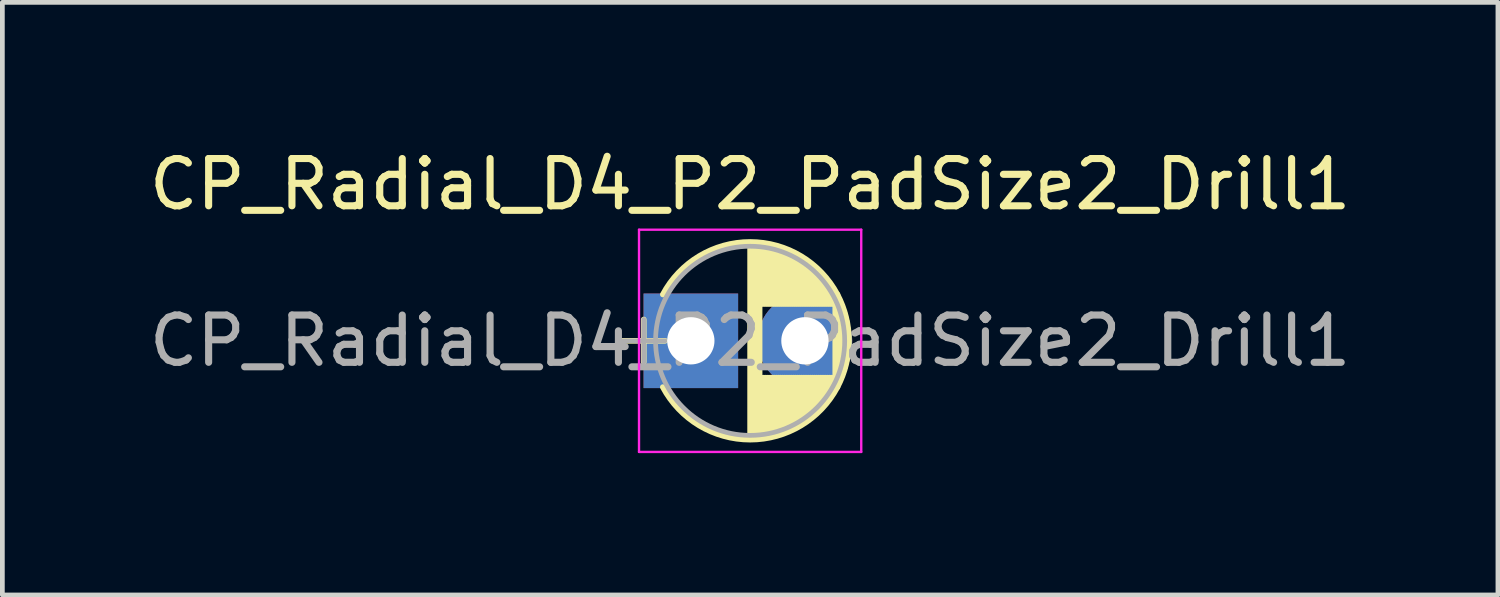
<source format=kicad_pcb>
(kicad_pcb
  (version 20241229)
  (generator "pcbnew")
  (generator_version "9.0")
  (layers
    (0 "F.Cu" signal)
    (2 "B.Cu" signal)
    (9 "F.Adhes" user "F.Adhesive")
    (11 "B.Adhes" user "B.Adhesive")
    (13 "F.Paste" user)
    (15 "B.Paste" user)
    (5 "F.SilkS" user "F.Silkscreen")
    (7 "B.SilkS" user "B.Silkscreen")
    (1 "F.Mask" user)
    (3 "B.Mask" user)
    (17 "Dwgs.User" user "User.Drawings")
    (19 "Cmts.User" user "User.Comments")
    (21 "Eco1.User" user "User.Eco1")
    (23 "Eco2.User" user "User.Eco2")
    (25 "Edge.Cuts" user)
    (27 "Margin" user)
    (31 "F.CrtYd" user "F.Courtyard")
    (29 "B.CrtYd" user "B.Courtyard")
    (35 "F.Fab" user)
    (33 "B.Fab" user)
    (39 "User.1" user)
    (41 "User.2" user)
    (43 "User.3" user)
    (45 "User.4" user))
  (footprint "CP_Radial_D4_P2_PadSize2_Drill1"
    (layer "F.Cu")
    (at 11.815 4.158)
    (property "Reference" "CP_Radial_D4_P2_PadSize2_Drill1" (at 1 -3.31 0) (layer "F.SilkS") (effects (font (size 1 1) (thickness 0.15))))
    (attr through_hole)
    (fp_line (start -1.7 0) (end -0.8 0) (stroke (width 0.12) (type solid)) (layer "F.SilkS"))
    (fp_line (start -1.25 -0.45) (end -1.25 0.45) (stroke (width 0.12) (type solid)) (layer "F.SilkS"))
    (fp_line (start 1 -2.05) (end 1 2.05) (stroke (width 0.12) (type solid)) (layer "F.SilkS"))
    (fp_line (start 1.04 -2.05) (end 1.04 2.05) (stroke (width 0.12) (type solid)) (layer "F.SilkS"))
    (fp_line (start 1.08 -2.049) (end 1.08 2.049) (stroke (width 0.12) (type solid)) (layer "F.SilkS"))
    (fp_line (start 1.12 -2.047) (end 1.12 2.047) (stroke (width 0.12) (type solid)) (layer "F.SilkS"))
    (fp_line (start 1.16 -2.044) (end 1.16 2.044) (stroke (width 0.12) (type solid)) (layer "F.SilkS"))
    (fp_line (start 1.2 -2.041) (end 1.2 2.041) (stroke (width 0.12) (type solid)) (layer "F.SilkS"))
    (fp_line (start 1.24 -2.037) (end 1.24 -0.78) (stroke (width 0.12) (type solid)) (layer "F.SilkS"))
    (fp_line (start 1.24 0.78) (end 1.24 2.037) (stroke (width 0.12) (type solid)) (layer "F.SilkS"))
    (fp_line (start 1.28 -2.032) (end 1.28 -0.78) (stroke (width 0.12) (type solid)) (layer "F.SilkS"))
    (fp_line (start 1.28 0.78) (end 1.28 2.032) (stroke (width 0.12) (type solid)) (layer "F.SilkS"))
    (fp_line (start 1.32 -2.026) (end 1.32 -0.78) (stroke (width 0.12) (type solid)) (layer "F.SilkS"))
    (fp_line (start 1.32 0.78) (end 1.32 2.026) (stroke (width 0.12) (type solid)) (layer "F.SilkS"))
    (fp_line (start 1.36 -2.019) (end 1.36 -0.78) (stroke (width 0.12) (type solid)) (layer "F.SilkS"))
    (fp_line (start 1.36 0.78) (end 1.36 2.019) (stroke (width 0.12) (type solid)) (layer "F.SilkS"))
    (fp_line (start 1.4 -2.012) (end 1.4 -0.78) (stroke (width 0.12) (type solid)) (layer "F.SilkS"))
    (fp_line (start 1.4 0.78) (end 1.4 2.012) (stroke (width 0.12) (type solid)) (layer "F.SilkS"))
    (fp_line (start 1.44 -2.004) (end 1.44 -0.78) (stroke (width 0.12) (type solid)) (layer "F.SilkS"))
    (fp_line (start 1.44 0.78) (end 1.44 2.004) (stroke (width 0.12) (type solid)) (layer "F.SilkS"))
    (fp_line (start 1.48 -1.995) (end 1.48 -0.78) (stroke (width 0.12) (type solid)) (layer "F.SilkS"))
    (fp_line (start 1.48 0.78) (end 1.48 1.995) (stroke (width 0.12) (type solid)) (layer "F.SilkS"))
    (fp_line (start 1.52 -1.985) (end 1.52 -0.78) (stroke (width 0.12) (type solid)) (layer "F.SilkS"))
    (fp_line (start 1.52 0.78) (end 1.52 1.985) (stroke (width 0.12) (type solid)) (layer "F.SilkS"))
    (fp_line (start 1.56 -1.974) (end 1.56 -0.78) (stroke (width 0.12) (type solid)) (layer "F.SilkS"))
    (fp_line (start 1.56 0.78) (end 1.56 1.974) (stroke (width 0.12) (type solid)) (layer "F.SilkS"))
    (fp_line (start 1.6 -1.963) (end 1.6 -0.78) (stroke (width 0.12) (type solid)) (layer "F.SilkS"))
    (fp_line (start 1.6 0.78) (end 1.6 1.963) (stroke (width 0.12) (type solid)) (layer "F.SilkS"))
    (fp_line (start 1.64 -1.95) (end 1.64 -0.78) (stroke (width 0.12) (type solid)) (layer "F.SilkS"))
    (fp_line (start 1.64 0.78) (end 1.64 1.95) (stroke (width 0.12) (type solid)) (layer "F.SilkS"))
    (fp_line (start 1.68 -1.937) (end 1.68 -0.78) (stroke (width 0.12) (type solid)) (layer "F.SilkS"))
    (fp_line (start 1.68 0.78) (end 1.68 1.937) (stroke (width 0.12) (type solid)) (layer "F.SilkS"))
    (fp_line (start 1.721 -1.923) (end 1.721 -0.78) (stroke (width 0.12) (type solid)) (layer "F.SilkS"))
    (fp_line (start 1.721 0.78) (end 1.721 1.923) (stroke (width 0.12) (type solid)) (layer "F.SilkS"))
    (fp_line (start 1.761 -1.907) (end 1.761 -0.78) (stroke (width 0.12) (type solid)) (layer "F.SilkS"))
    (fp_line (start 1.761 0.78) (end 1.761 1.907) (stroke (width 0.12) (type solid)) (layer "F.SilkS"))
    (fp_line (start 1.801 -1.891) (end 1.801 -0.78) (stroke (width 0.12) (type solid)) (layer "F.SilkS"))
    (fp_line (start 1.801 0.78) (end 1.801 1.891) (stroke (width 0.12) (type solid)) (layer "F.SilkS"))
    (fp_line (start 1.841 -1.874) (end 1.841 -0.78) (stroke (width 0.12) (type solid)) (layer "F.SilkS"))
    (fp_line (start 1.841 0.78) (end 1.841 1.874) (stroke (width 0.12) (type solid)) (layer "F.SilkS"))
    (fp_line (start 1.881 -1.856) (end 1.881 -0.78) (stroke (width 0.12) (type solid)) (layer "F.SilkS"))
    (fp_line (start 1.881 0.78) (end 1.881 1.856) (stroke (width 0.12) (type solid)) (layer "F.SilkS"))
    (fp_line (start 1.921 -1.837) (end 1.921 -0.78) (stroke (width 0.12) (type solid)) (layer "F.SilkS"))
    (fp_line (start 1.921 0.78) (end 1.921 1.837) (stroke (width 0.12) (type solid)) (layer "F.SilkS"))
    (fp_line (start 1.961 -1.817) (end 1.961 -0.78) (stroke (width 0.12) (type solid)) (layer "F.SilkS"))
    (fp_line (start 1.961 0.78) (end 1.961 1.817) (stroke (width 0.12) (type solid)) (layer "F.SilkS"))
    (fp_line (start 2.001 -1.796) (end 2.001 -0.78) (stroke (width 0.12) (type solid)) (layer "F.SilkS"))
    (fp_line (start 2.001 0.78) (end 2.001 1.796) (stroke (width 0.12) (type solid)) (layer "F.SilkS"))
    (fp_line (start 2.041 -1.773) (end 2.041 -0.78) (stroke (width 0.12) (type solid)) (layer "F.SilkS"))
    (fp_line (start 2.041 0.78) (end 2.041 1.773) (stroke (width 0.12) (type solid)) (layer "F.SilkS"))
    (fp_line (start 2.081 -1.75) (end 2.081 -0.78) (stroke (width 0.12) (type solid)) (layer "F.SilkS"))
    (fp_line (start 2.081 0.78) (end 2.081 1.75) (stroke (width 0.12) (type solid)) (layer "F.SilkS"))
    (fp_line (start 2.121 -1.725) (end 2.121 -0.78) (stroke (width 0.12) (type solid)) (layer "F.SilkS"))
    (fp_line (start 2.121 0.78) (end 2.121 1.725) (stroke (width 0.12) (type solid)) (layer "F.SilkS"))
    (fp_line (start 2.161 -1.699) (end 2.161 -0.78) (stroke (width 0.12) (type solid)) (layer "F.SilkS"))
    (fp_line (start 2.161 0.78) (end 2.161 1.699) (stroke (width 0.12) (type solid)) (layer "F.SilkS"))
    (fp_line (start 2.201 -1.672) (end 2.201 -0.78) (stroke (width 0.12) (type solid)) (layer "F.SilkS"))
    (fp_line (start 2.201 0.78) (end 2.201 1.672) (stroke (width 0.12) (type solid)) (layer "F.SilkS"))
    (fp_line (start 2.241 -1.643) (end 2.241 -0.78) (stroke (width 0.12) (type solid)) (layer "F.SilkS"))
    (fp_line (start 2.241 0.78) (end 2.241 1.643) (stroke (width 0.12) (type solid)) (layer "F.SilkS"))
    (fp_line (start 2.281 -1.613) (end 2.281 -0.78) (stroke (width 0.12) (type solid)) (layer "F.SilkS"))
    (fp_line (start 2.281 0.78) (end 2.281 1.613) (stroke (width 0.12) (type solid)) (layer "F.SilkS"))
    (fp_line (start 2.321 -1.581) (end 2.321 -0.78) (stroke (width 0.12) (type solid)) (layer "F.SilkS"))
    (fp_line (start 2.321 0.78) (end 2.321 1.581) (stroke (width 0.12) (type solid)) (layer "F.SilkS"))
    (fp_line (start 2.361 -1.547) (end 2.361 -0.78) (stroke (width 0.12) (type solid)) (layer "F.SilkS"))
    (fp_line (start 2.361 0.78) (end 2.361 1.547) (stroke (width 0.12) (type solid)) (layer "F.SilkS"))
    (fp_line (start 2.401 -1.512) (end 2.401 -0.78) (stroke (width 0.12) (type solid)) (layer "F.SilkS"))
    (fp_line (start 2.401 0.78) (end 2.401 1.512) (stroke (width 0.12) (type solid)) (layer "F.SilkS"))
    (fp_line (start 2.441 -1.475) (end 2.441 -0.78) (stroke (width 0.12) (type solid)) (layer "F.SilkS"))
    (fp_line (start 2.441 0.78) (end 2.441 1.475) (stroke (width 0.12) (type solid)) (layer "F.SilkS"))
    (fp_line (start 2.481 -1.436) (end 2.481 -0.78) (stroke (width 0.12) (type solid)) (layer "F.SilkS"))
    (fp_line (start 2.481 0.78) (end 2.481 1.436) (stroke (width 0.12) (type solid)) (layer "F.SilkS"))
    (fp_line (start 2.521 -1.395) (end 2.521 -0.78) (stroke (width 0.12) (type solid)) (layer "F.SilkS"))
    (fp_line (start 2.521 0.78) (end 2.521 1.395) (stroke (width 0.12) (type solid)) (layer "F.SilkS"))
    (fp_line (start 2.561 -1.351) (end 2.561 -0.78) (stroke (width 0.12) (type solid)) (layer "F.SilkS"))
    (fp_line (start 2.561 0.78) (end 2.561 1.351) (stroke (width 0.12) (type solid)) (layer "F.SilkS"))
    (fp_line (start 2.601 -1.305) (end 2.601 -0.78) (stroke (width 0.12) (type solid)) (layer "F.SilkS"))
    (fp_line (start 2.601 0.78) (end 2.601 1.305) (stroke (width 0.12) (type solid)) (layer "F.SilkS"))
    (fp_line (start 2.641 -1.256) (end 2.641 -0.78) (stroke (width 0.12) (type solid)) (layer "F.SilkS"))
    (fp_line (start 2.641 0.78) (end 2.641 1.256) (stroke (width 0.12) (type solid)) (layer "F.SilkS"))
    (fp_line (start 2.681 -1.204) (end 2.681 -0.78) (stroke (width 0.12) (type solid)) (layer "F.SilkS"))
    (fp_line (start 2.681 0.78) (end 2.681 1.204) (stroke (width 0.12) (type solid)) (layer "F.SilkS"))
    (fp_line (start 2.721 -1.148) (end 2.721 -0.78) (stroke (width 0.12) (type solid)) (layer "F.SilkS"))
    (fp_line (start 2.721 0.78) (end 2.721 1.148) (stroke (width 0.12) (type solid)) (layer "F.SilkS"))
    (fp_line (start 2.761 -1.088) (end 2.761 -0.78) (stroke (width 0.12) (type solid)) (layer "F.SilkS"))
    (fp_line (start 2.761 0.78) (end 2.761 1.088) (stroke (width 0.12) (type solid)) (layer "F.SilkS"))
    (fp_line (start 2.801 -1.023) (end 2.801 1.023) (stroke (width 0.12) (type solid)) (layer "F.SilkS"))
    (fp_line (start 2.841 -0.952) (end 2.841 0.952) (stroke (width 0.12) (type solid)) (layer "F.SilkS"))
    (fp_line (start 2.881 -0.874) (end 2.881 0.874) (stroke (width 0.12) (type solid)) (layer "F.SilkS"))
    (fp_line (start 2.921 -0.786) (end 2.921 0.786) (stroke (width 0.12) (type solid)) (layer "F.SilkS"))
    (fp_line (start 2.961 -0.686) (end 2.961 0.686) (stroke (width 0.12) (type solid)) (layer "F.SilkS"))
    (fp_line (start 3.001 -0.567) (end 3.001 0.567) (stroke (width 0.12) (type solid)) (layer "F.SilkS"))
    (fp_line (start 3.041 -0.415) (end 3.041 0.415) (stroke (width 0.12) (type solid)) (layer "F.SilkS"))
    (fp_line (start 3.081 -0.165) (end 3.081 0.165) (stroke (width 0.12) (type solid)) (layer "F.SilkS"))
    (fp_arc (start -0.845996 -0.98) (mid 1.00047 -2.09) (end 2.846436 -0.97917) (stroke (width 0.12) (type solid)) (layer "F.SilkS"))
    (fp_arc (start 2.845996 -0.98) (mid 3.09 -0.00047) (end 2.846436 0.97917) (stroke (width 0.12) (type solid)) (layer "F.SilkS"))
    (fp_arc (start 2.846436 0.97917) (mid 1.00047 2.09) (end -0.845996 0.98) (stroke (width 0.12) (type solid)) (layer "F.SilkS"))
    (fp_line (start -1.35 -2.35) (end -1.35 2.35) (stroke (width 0.05) (type solid)) (layer "F.CrtYd"))
    (fp_line (start -1.35 2.35) (end 3.35 2.35) (stroke (width 0.05) (type solid)) (layer "F.CrtYd"))
    (fp_line (start 3.35 -2.35) (end -1.35 -2.35) (stroke (width 0.05) (type solid)) (layer "F.CrtYd"))
    (fp_line (start 3.35 2.35) (end 3.35 -2.35) (stroke (width 0.05) (type solid)) (layer "F.CrtYd"))
    (fp_line (start -1.7 0) (end -0.8 0) (stroke (width 0.1) (type solid)) (layer "F.Fab"))
    (fp_line (start -1.25 -0.45) (end -1.25 0.45) (stroke (width 0.1) (type solid)) (layer "F.Fab"))
    (fp_circle (center 1 0) (end 3 0) (stroke (width 0.1) (type solid)) (fill no) (layer "F.Fab"))
    (fp_text user "${REFERENCE}" (at 1 0 0) (layer "F.Fab") (effects (font (size 1 1) (thickness 0.15))))
    (pad "1" thru_hole rect (at -0.254 0) (size 2 2) (drill 1) (layers "*.Cu" "*.Mask"))
    (pad "2" thru_hole circle (at 2.159 0) (size 2 2) (drill 1) (layers "*.Cu" "*.Mask")))
  (gr_rect
    (start -3 -3)
    (end 28.631 9.533)
    (stroke (width 0.1) (type default))
    (fill no)
    (layer "Edge.Cuts")))
</source>
